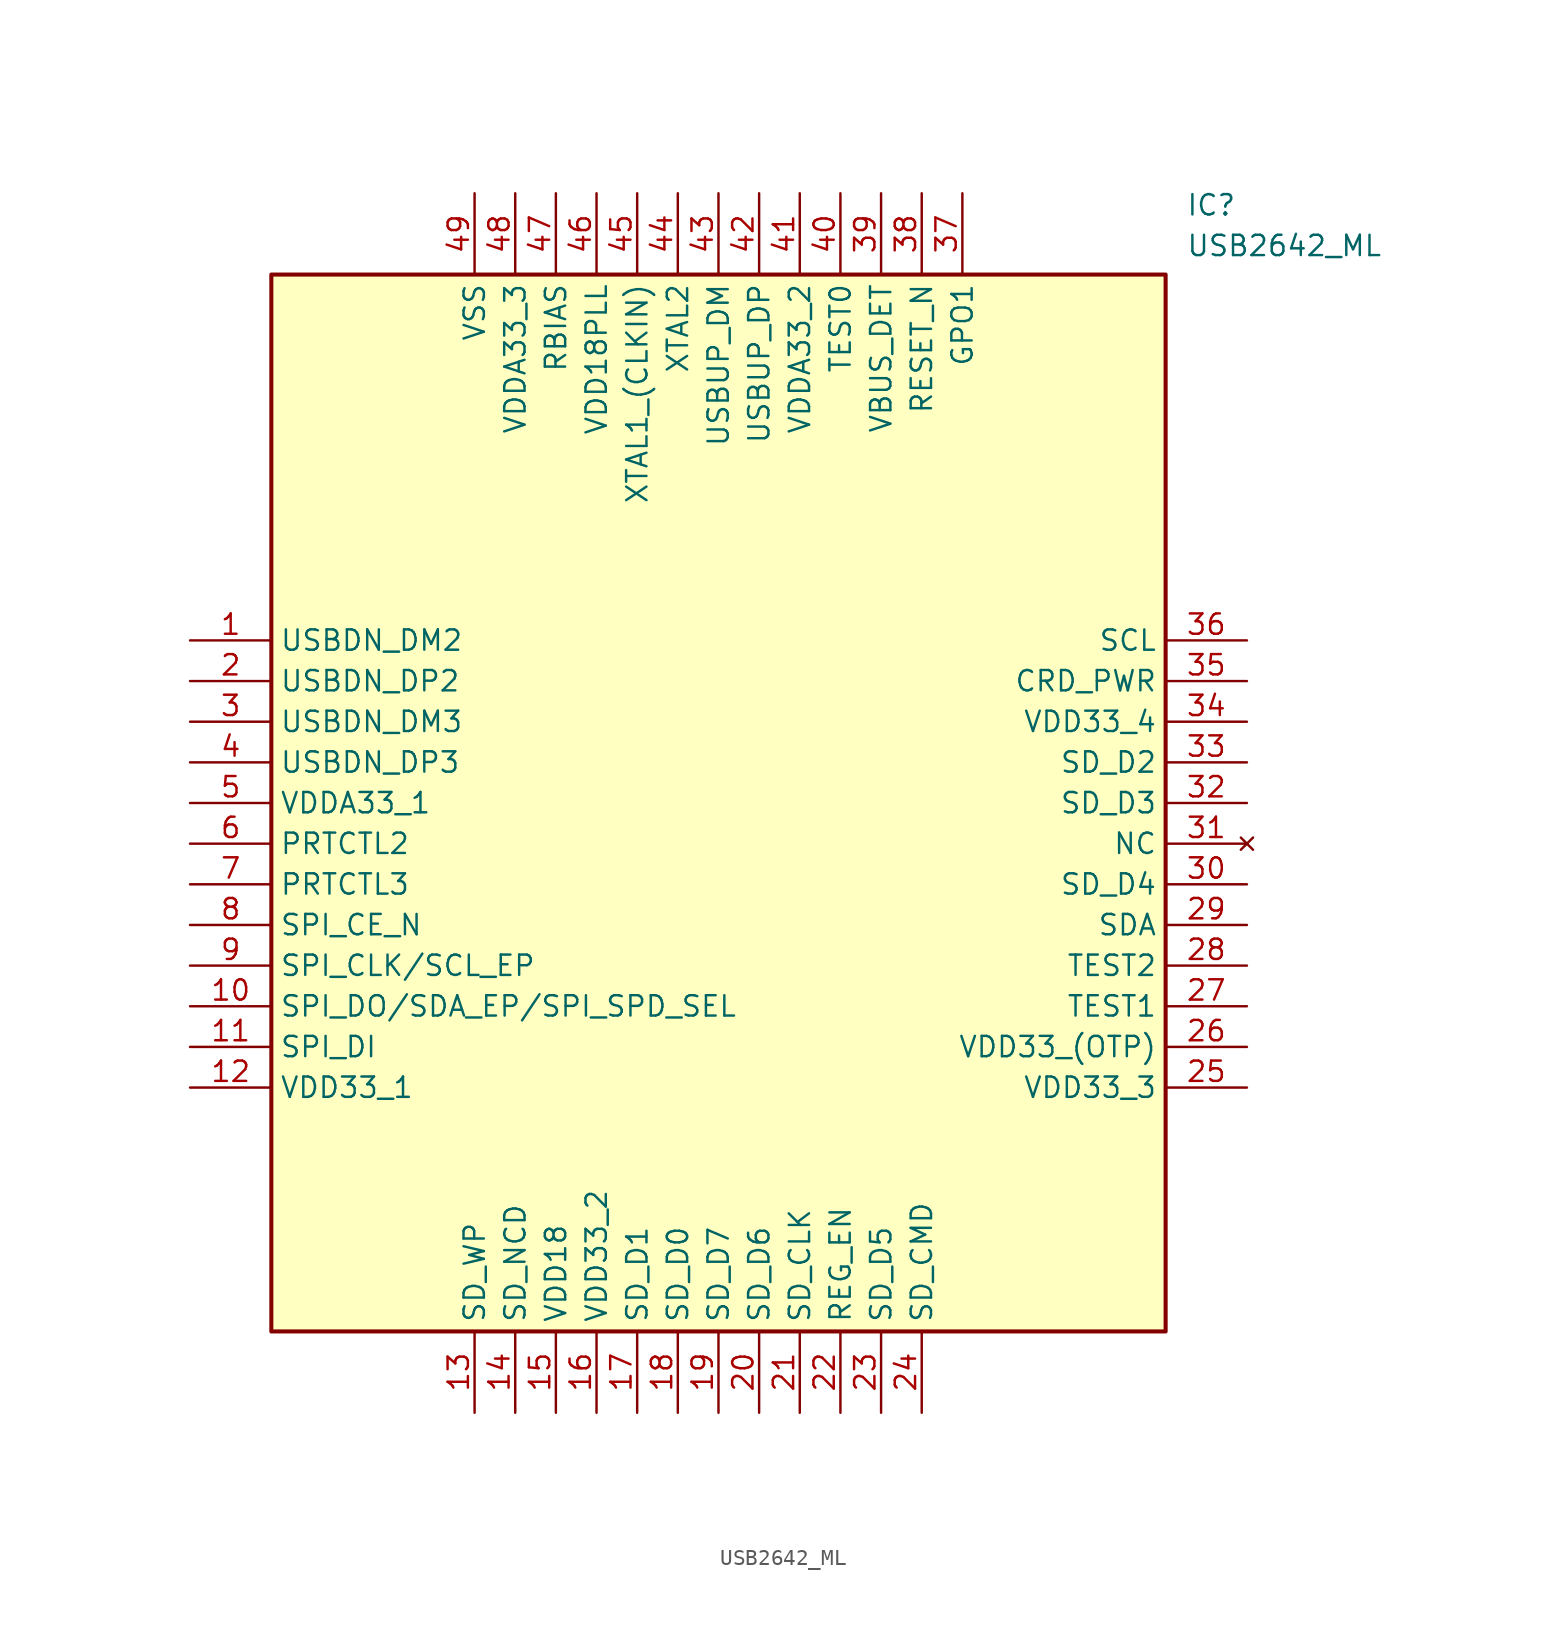
<source format=kicad_sym>
(kicad_symbol_lib
  (version 20211014)
  (generator SamacSys_ECAD_Model)
  (symbol "USB2642_ML"
    (property "Reference" "IC"
      (at 62.23 27.94 0)
      (effects (font (size 1.27 1.27)) (justify left top)))
    (property "Value" "USB2642_ML"
      (at 62.23 25.4 0)
      (effects (font (size 1.27 1.27)) (justify left top)))
    (rectangle
      (start 5.08 22.86)
      (end 60.96 -43.18)
      (stroke (width 0.254) (type default))
      (fill (type background)))
    (pin passive line
      (at 0 0 0)
      (length 5.08)
      (name "USBDN_DM2" (effects (font (size 1.27 1.27))))
      (number "1" (effects (font (size 1.27 1.27)))))
    (pin passive line
      (at 0 -2.54 0)
      (length 5.08)
      (name "USBDN_DP2" (effects (font (size 1.27 1.27))))
      (number "2" (effects (font (size 1.27 1.27)))))
    (pin passive line
      (at 0 -5.08 0)
      (length 5.08)
      (name "USBDN_DM3" (effects (font (size 1.27 1.27))))
      (number "3" (effects (font (size 1.27 1.27)))))
    (pin passive line
      (at 0 -7.62 0)
      (length 5.08)
      (name "USBDN_DP3" (effects (font (size 1.27 1.27))))
      (number "4" (effects (font (size 1.27 1.27)))))
    (pin passive line
      (at 0 -10.16 0)
      (length 5.08)
      (name "VDDA33_1" (effects (font (size 1.27 1.27))))
      (number "5" (effects (font (size 1.27 1.27)))))
    (pin passive line
      (at 0 -12.7 0)
      (length 5.08)
      (name "PRTCTL2" (effects (font (size 1.27 1.27))))
      (number "6" (effects (font (size 1.27 1.27)))))
    (pin passive line
      (at 0 -15.24 0)
      (length 5.08)
      (name "PRTCTL3" (effects (font (size 1.27 1.27))))
      (number "7" (effects (font (size 1.27 1.27)))))
    (pin passive line
      (at 0 -17.78 0)
      (length 5.08)
      (name "SPI_CE_N" (effects (font (size 1.27 1.27))))
      (number "8" (effects (font (size 1.27 1.27)))))
    (pin passive line
      (at 0 -20.32 0)
      (length 5.08)
      (name "SPI_CLK/SCL_EP" (effects (font (size 1.27 1.27))))
      (number "9" (effects (font (size 1.27 1.27)))))
    (pin passive line
      (at 0 -22.86 0)
      (length 5.08)
      (name "SPI_DO/SDA_EP/SPI_SPD_SEL" (effects (font (size 1.27 1.27))))
      (number "10" (effects (font (size 1.27 1.27)))))
    (pin passive line
      (at 0 -25.4 0)
      (length 5.08)
      (name "SPI_DI" (effects (font (size 1.27 1.27))))
      (number "11" (effects (font (size 1.27 1.27)))))
    (pin passive line
      (at 0 -27.94 0)
      (length 5.08)
      (name "VDD33_1" (effects (font (size 1.27 1.27))))
      (number "12" (effects (font (size 1.27 1.27)))))
    (pin passive line
      (at 17.78 -48.26 90)
      (length 5.08)
      (name "SD_WP" (effects (font (size 1.27 1.27))))
      (number "13" (effects (font (size 1.27 1.27)))))
    (pin passive line
      (at 20.32 -48.26 90)
      (length 5.08)
      (name "SD_NCD" (effects (font (size 1.27 1.27))))
      (number "14" (effects (font (size 1.27 1.27)))))
    (pin passive line
      (at 22.86 -48.26 90)
      (length 5.08)
      (name "VDD18" (effects (font (size 1.27 1.27))))
      (number "15" (effects (font (size 1.27 1.27)))))
    (pin passive line
      (at 25.4 -48.26 90)
      (length 5.08)
      (name "VDD33_2" (effects (font (size 1.27 1.27))))
      (number "16" (effects (font (size 1.27 1.27)))))
    (pin passive line
      (at 27.94 -48.26 90)
      (length 5.08)
      (name "SD_D1" (effects (font (size 1.27 1.27))))
      (number "17" (effects (font (size 1.27 1.27)))))
    (pin passive line
      (at 30.48 -48.26 90)
      (length 5.08)
      (name "SD_D0" (effects (font (size 1.27 1.27))))
      (number "18" (effects (font (size 1.27 1.27)))))
    (pin passive line
      (at 33.02 -48.26 90)
      (length 5.08)
      (name "SD_D7" (effects (font (size 1.27 1.27))))
      (number "19" (effects (font (size 1.27 1.27)))))
    (pin passive line
      (at 35.56 -48.26 90)
      (length 5.08)
      (name "SD_D6" (effects (font (size 1.27 1.27))))
      (number "20" (effects (font (size 1.27 1.27)))))
    (pin passive line
      (at 38.1 -48.26 90)
      (length 5.08)
      (name "SD_CLK" (effects (font (size 1.27 1.27))))
      (number "21" (effects (font (size 1.27 1.27)))))
    (pin passive line
      (at 40.64 -48.26 90)
      (length 5.08)
      (name "REG_EN" (effects (font (size 1.27 1.27))))
      (number "22" (effects (font (size 1.27 1.27)))))
    (pin passive line
      (at 43.18 -48.26 90)
      (length 5.08)
      (name "SD_D5" (effects (font (size 1.27 1.27))))
      (number "23" (effects (font (size 1.27 1.27)))))
    (pin passive line
      (at 45.72 -48.26 90)
      (length 5.08)
      (name "SD_CMD" (effects (font (size 1.27 1.27))))
      (number "24" (effects (font (size 1.27 1.27)))))
    (pin passive line
      (at 66.04 0 180)
      (length 5.08)
      (name "SCL" (effects (font (size 1.27 1.27))))
      (number "36" (effects (font (size 1.27 1.27)))))
    (pin passive line
      (at 66.04 -2.54 180)
      (length 5.08)
      (name "CRD_PWR" (effects (font (size 1.27 1.27))))
      (number "35" (effects (font (size 1.27 1.27)))))
    (pin passive line
      (at 66.04 -5.08 180)
      (length 5.08)
      (name "VDD33_4" (effects (font (size 1.27 1.27))))
      (number "34" (effects (font (size 1.27 1.27)))))
    (pin passive line
      (at 66.04 -7.62 180)
      (length 5.08)
      (name "SD_D2" (effects (font (size 1.27 1.27))))
      (number "33" (effects (font (size 1.27 1.27)))))
    (pin passive line
      (at 66.04 -10.16 180)
      (length 5.08)
      (name "SD_D3" (effects (font (size 1.27 1.27))))
      (number "32" (effects (font (size 1.27 1.27)))))
    (pin no_connect line
      (at 66.04 -12.7 180)
      (length 5.08)
      (name "NC" (effects (font (size 1.27 1.27))))
      (number "31" (effects (font (size 1.27 1.27)))))
    (pin passive line
      (at 66.04 -15.24 180)
      (length 5.08)
      (name "SD_D4" (effects (font (size 1.27 1.27))))
      (number "30" (effects (font (size 1.27 1.27)))))
    (pin passive line
      (at 66.04 -17.78 180)
      (length 5.08)
      (name "SDA" (effects (font (size 1.27 1.27))))
      (number "29" (effects (font (size 1.27 1.27)))))
    (pin passive line
      (at 66.04 -20.32 180)
      (length 5.08)
      (name "TEST2" (effects (font (size 1.27 1.27))))
      (number "28" (effects (font (size 1.27 1.27)))))
    (pin passive line
      (at 66.04 -22.86 180)
      (length 5.08)
      (name "TEST1" (effects (font (size 1.27 1.27))))
      (number "27" (effects (font (size 1.27 1.27)))))
    (pin passive line
      (at 66.04 -25.4 180)
      (length 5.08)
      (name "VDD33_(OTP)" (effects (font (size 1.27 1.27))))
      (number "26" (effects (font (size 1.27 1.27)))))
    (pin passive line
      (at 66.04 -27.94 180)
      (length 5.08)
      (name "VDD33_3" (effects (font (size 1.27 1.27))))
      (number "25" (effects (font (size 1.27 1.27)))))
    (pin passive line
      (at 17.78 27.94 270)
      (length 5.08)
      (name "VSS" (effects (font (size 1.27 1.27))))
      (number "49" (effects (font (size 1.27 1.27)))))
    (pin passive line
      (at 20.32 27.94 270)
      (length 5.08)
      (name "VDDA33_3" (effects (font (size 1.27 1.27))))
      (number "48" (effects (font (size 1.27 1.27)))))
    (pin passive line
      (at 22.86 27.94 270)
      (length 5.08)
      (name "RBIAS" (effects (font (size 1.27 1.27))))
      (number "47" (effects (font (size 1.27 1.27)))))
    (pin passive line
      (at 25.4 27.94 270)
      (length 5.08)
      (name "VDD18PLL" (effects (font (size 1.27 1.27))))
      (number "46" (effects (font (size 1.27 1.27)))))
    (pin passive line
      (at 27.94 27.94 270)
      (length 5.08)
      (name "XTAL1_(CLKIN)" (effects (font (size 1.27 1.27))))
      (number "45" (effects (font (size 1.27 1.27)))))
    (pin passive line
      (at 30.48 27.94 270)
      (length 5.08)
      (name "XTAL2" (effects (font (size 1.27 1.27))))
      (number "44" (effects (font (size 1.27 1.27)))))
    (pin passive line
      (at 33.02 27.94 270)
      (length 5.08)
      (name "USBUP_DM" (effects (font (size 1.27 1.27))))
      (number "43" (effects (font (size 1.27 1.27)))))
    (pin passive line
      (at 35.56 27.94 270)
      (length 5.08)
      (name "USBUP_DP" (effects (font (size 1.27 1.27))))
      (number "42" (effects (font (size 1.27 1.27)))))
    (pin passive line
      (at 38.1 27.94 270)
      (length 5.08)
      (name "VDDA33_2" (effects (font (size 1.27 1.27))))
      (number "41" (effects (font (size 1.27 1.27)))))
    (pin passive line
      (at 40.64 27.94 270)
      (length 5.08)
      (name "TEST0" (effects (font (size 1.27 1.27))))
      (number "40" (effects (font (size 1.27 1.27)))))
    (pin passive line
      (at 43.18 27.94 270)
      (length 5.08)
      (name "VBUS_DET" (effects (font (size 1.27 1.27))))
      (number "39" (effects (font (size 1.27 1.27)))))
    (pin passive line
      (at 45.72 27.94 270)
      (length 5.08)
      (name "RESET_N" (effects (font (size 1.27 1.27))))
      (number "38" (effects (font (size 1.27 1.27)))))
    (pin passive line
      (at 48.26 27.94 270)
      (length 5.08)
      (name "GPO1" (effects (font (size 1.27 1.27))))
      (number "37" (effects (font (size 1.27 1.27)))))))
</source>
